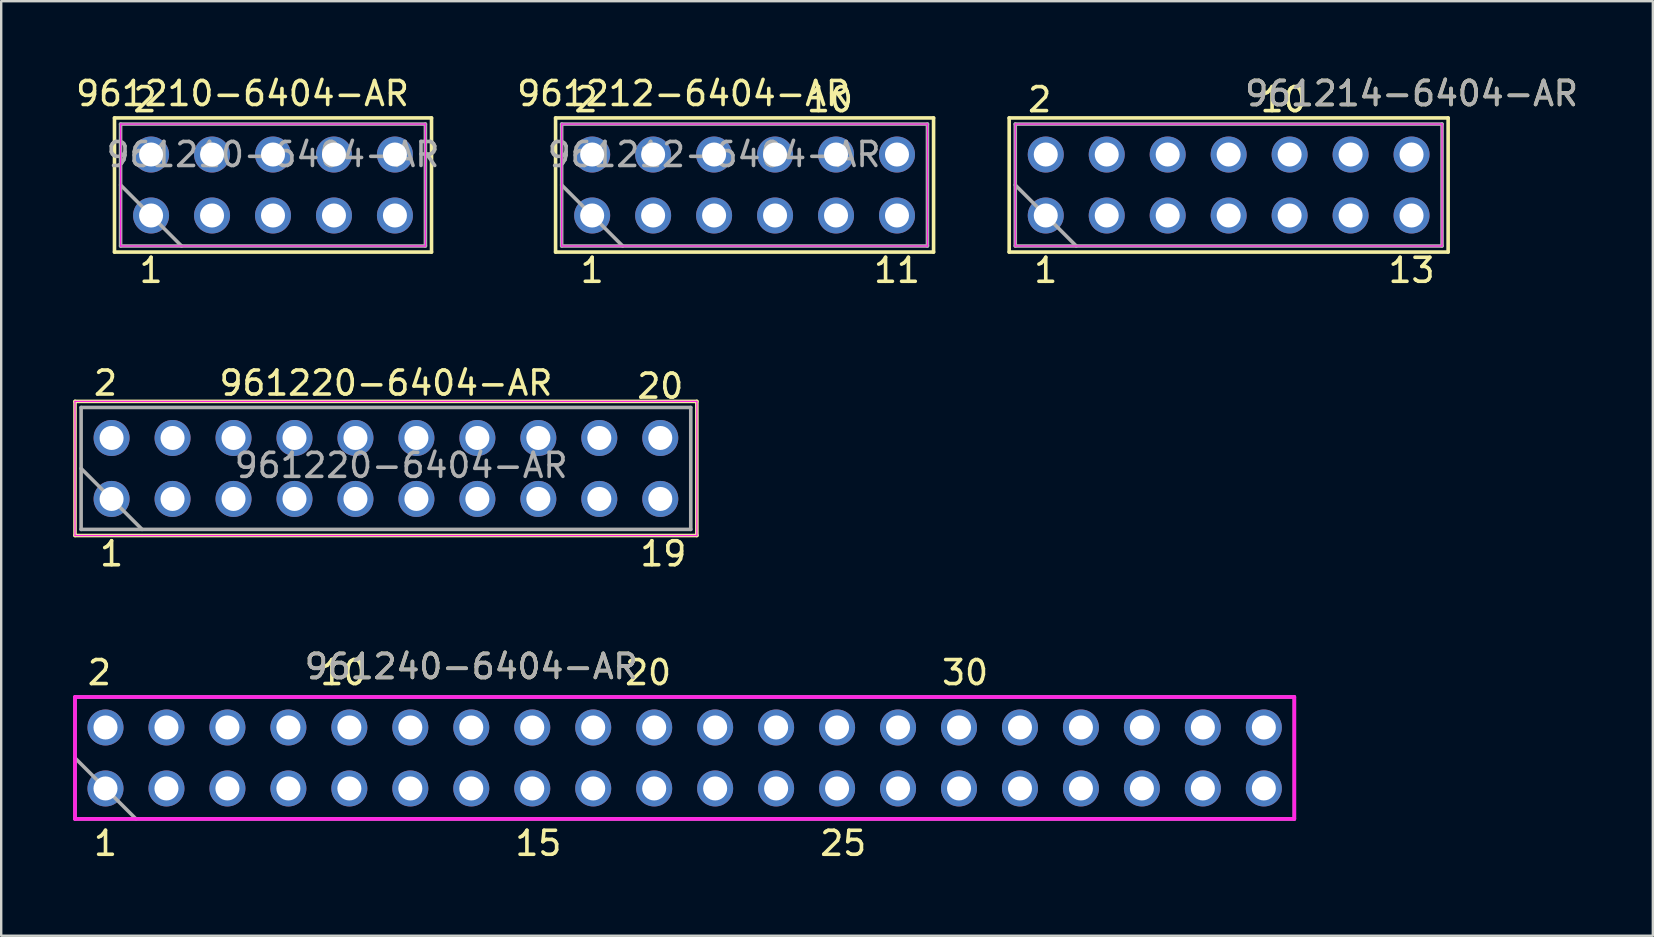
<source format=kicad_pcb>
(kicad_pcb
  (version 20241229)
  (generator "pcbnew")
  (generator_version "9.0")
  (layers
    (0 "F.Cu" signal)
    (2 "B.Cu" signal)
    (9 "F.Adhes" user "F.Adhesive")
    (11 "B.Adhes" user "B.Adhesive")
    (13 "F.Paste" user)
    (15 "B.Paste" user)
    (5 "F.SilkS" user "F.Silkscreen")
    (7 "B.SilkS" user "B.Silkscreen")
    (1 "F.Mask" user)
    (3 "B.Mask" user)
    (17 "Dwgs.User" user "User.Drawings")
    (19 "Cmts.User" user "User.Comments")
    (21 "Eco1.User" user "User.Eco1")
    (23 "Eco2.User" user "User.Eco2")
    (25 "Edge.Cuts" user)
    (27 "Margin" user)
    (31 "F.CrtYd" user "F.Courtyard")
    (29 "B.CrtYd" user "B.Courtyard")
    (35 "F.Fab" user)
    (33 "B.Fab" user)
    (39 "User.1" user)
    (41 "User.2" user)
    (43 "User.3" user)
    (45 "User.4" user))
  (footprint "961240-6404-AR"
    (layer "F.Cu")
    (at 25.475 28.529)
    (property "Reference" "961240-6404-AR" (at -8.89 -3.81 0) (layer "F.SilkS") (effects (font (size 1 1) (thickness 0.15))))
    (attr smd)
    (fp_line (start -25.4 -2.54) (end 25.4 -2.54) (stroke (width 0.15) (type solid)) (layer "F.CrtYd"))
    (fp_line (start -25.4 2.54) (end -25.4 -2.54) (stroke (width 0.15) (type solid)) (layer "F.CrtYd"))
    (fp_line (start 25.4 -2.54) (end 25.4 2.54) (stroke (width 0.15) (type solid)) (layer "F.CrtYd"))
    (fp_line (start 25.4 2.54) (end -25.4 2.54) (stroke (width 0.15) (type solid)) (layer "F.CrtYd"))
    (fp_line (start -25.4 -2.54) (end 25.4 -2.54) (stroke (width 0.15) (type solid)) (layer "F.Fab"))
    (fp_line (start -25.4 0) (end -22.86 2.54) (stroke (width 0.15) (type solid)) (layer "F.Fab"))
    (fp_line (start -25.4 2.54) (end -25.4 -2.54) (stroke (width 0.15) (type solid)) (layer "F.Fab"))
    (fp_line (start 25.4 -2.54) (end 25.4 2.54) (stroke (width 0.15) (type solid)) (layer "F.Fab"))
    (fp_line (start 25.4 2.54) (end -25.4 2.54) (stroke (width 0.15) (type solid)) (layer "F.Fab"))
    (fp_text user "15" (at -6.096 3.556 0) (layer "F.SilkS") (effects (font (size 1 1) (thickness 0.15))))
    (fp_text user "25" (at 6.604 3.556 0) (layer "F.SilkS") (effects (font (size 1 1) (thickness 0.15))))
    (fp_text user "1" (at -24.13 3.556 0) (layer "F.SilkS") (effects (font (size 1 1) (thickness 0.15))))
    (fp_text user "30" (at 11.684 -3.556 0) (layer "F.SilkS") (effects (font (size 1 1) (thickness 0.15))))
    (fp_text user "20" (at -1.524 -3.556 0) (layer "F.SilkS") (effects (font (size 1 1) (thickness 0.15))))
    (fp_text user "2" (at -24.384 -3.556 0) (layer "F.SilkS") (effects (font (size 1 1) (thickness 0.15))))
    (fp_text user "10" (at -14.224 -3.556 0) (layer "F.SilkS") (effects (font (size 1 1) (thickness 0.15))))
    (fp_text user "${REFERENCE}" (at -8.89 -3.81 0) (layer "F.Fab") (effects (font (size 1 1) (thickness 0.15))))
    (pad "1" thru_hole circle (at -24.13 1.27) (size 1.5 1.5) (drill 1) (layers "*.Cu" "*.Mask"))
    (pad "2" thru_hole circle (at -24.13 -1.27) (size 1.5 1.5) (drill 1) (layers "*.Cu" "*.Mask"))
    (pad "3" thru_hole circle (at -21.59 1.27) (size 1.5 1.5) (drill 1) (layers "*.Cu" "*.Mask"))
    (pad "4" thru_hole circle (at -21.59 -1.27) (size 1.5 1.5) (drill 1) (layers "*.Cu" "*.Mask"))
    (pad "5" thru_hole circle (at -19.05 1.27) (size 1.5 1.5) (drill 1) (layers "*.Cu" "*.Mask"))
    (pad "6" thru_hole circle (at -19.05 -1.27) (size 1.5 1.5) (drill 1) (layers "*.Cu" "*.Mask"))
    (pad "7" thru_hole circle (at -16.51 1.27) (size 1.5 1.5) (drill 1) (layers "*.Cu" "*.Mask"))
    (pad "8" thru_hole circle (at -16.51 -1.27) (size 1.5 1.5) (drill 1) (layers "*.Cu" "*.Mask"))
    (pad "9" thru_hole circle (at -13.97 1.27) (size 1.5 1.5) (drill 1) (layers "*.Cu" "*.Mask"))
    (pad "10" thru_hole circle (at -13.97 -1.27) (size 1.5 1.5) (drill 1) (layers "*.Cu" "*.Mask"))
    (pad "11" thru_hole circle (at -11.43 1.27) (size 1.5 1.5) (drill 1) (layers "*.Cu" "*.Mask"))
    (pad "12" thru_hole circle (at -11.43 -1.27) (size 1.5 1.5) (drill 1) (layers "*.Cu" "*.Mask"))
    (pad "13" thru_hole circle (at -8.89 1.27) (size 1.5 1.5) (drill 1) (layers "*.Cu" "*.Mask"))
    (pad "14" thru_hole circle (at -8.89 -1.27) (size 1.5 1.5) (drill 1) (layers "*.Cu" "*.Mask"))
    (pad "15" thru_hole circle (at -6.35 1.27) (size 1.5 1.5) (drill 1) (layers "*.Cu" "*.Mask"))
    (pad "16" thru_hole circle (at -6.35 -1.27) (size 1.5 1.5) (drill 1) (layers "*.Cu" "*.Mask"))
    (pad "17" thru_hole circle (at -3.81 1.27) (size 1.5 1.5) (drill 1) (layers "*.Cu" "*.Mask"))
    (pad "18" thru_hole circle (at -3.81 -1.27) (size 1.5 1.5) (drill 1) (layers "*.Cu" "*.Mask"))
    (pad "19" thru_hole circle (at -1.27 1.27) (size 1.5 1.5) (drill 1) (layers "*.Cu" "*.Mask"))
    (pad "20" thru_hole circle (at -1.27 -1.27) (size 1.5 1.5) (drill 1) (layers "*.Cu" "*.Mask"))
    (pad "21" thru_hole circle (at 1.27 1.27) (size 1.5 1.5) (drill 1) (layers "*.Cu" "*.Mask"))
    (pad "22" thru_hole circle (at 1.27 -1.27) (size 1.5 1.5) (drill 1) (layers "*.Cu" "*.Mask"))
    (pad "23" thru_hole circle (at 3.81 1.27) (size 1.5 1.5) (drill 1) (layers "*.Cu" "*.Mask"))
    (pad "24" thru_hole circle (at 3.81 -1.27) (size 1.5 1.5) (drill 1) (layers "*.Cu" "*.Mask"))
    (pad "25" thru_hole circle (at 6.35 1.27) (size 1.5 1.5) (drill 1) (layers "*.Cu" "*.Mask"))
    (pad "26" thru_hole circle (at 6.35 -1.27) (size 1.5 1.5) (drill 1) (layers "*.Cu" "*.Mask"))
    (pad "27" thru_hole circle (at 8.89 1.27) (size 1.5 1.5) (drill 1) (layers "*.Cu" "*.Mask"))
    (pad "28" thru_hole circle (at 8.89 -1.27) (size 1.5 1.5) (drill 1) (layers "*.Cu" "*.Mask"))
    (pad "29" thru_hole circle (at 11.43 1.27) (size 1.5 1.5) (drill 1) (layers "*.Cu" "*.Mask"))
    (pad "30" thru_hole circle (at 11.43 -1.27) (size 1.5 1.5) (drill 1) (layers "*.Cu" "*.Mask"))
    (pad "31" thru_hole circle (at 13.97 1.27) (size 1.5 1.5) (drill 1) (layers "*.Cu" "*.Mask"))
    (pad "32" thru_hole circle (at 13.97 -1.27) (size 1.5 1.5) (drill 1) (layers "*.Cu" "*.Mask"))
    (pad "33" thru_hole circle (at 16.51 1.27) (size 1.5 1.5) (drill 1) (layers "*.Cu" "*.Mask"))
    (pad "34" thru_hole circle (at 16.51 -1.27) (size 1.5 1.5) (drill 1) (layers "*.Cu" "*.Mask"))
    (pad "35" thru_hole circle (at 19.05 1.27) (size 1.5 1.5) (drill 1) (layers "*.Cu" "*.Mask"))
    (pad "36" thru_hole circle (at 19.05 -1.27) (size 1.5 1.5) (drill 1) (layers "*.Cu" "*.Mask"))
    (pad "37" thru_hole circle (at 21.59 1.27) (size 1.5 1.5) (drill 1) (layers "*.Cu" "*.Mask"))
    (pad "38" thru_hole circle (at 21.59 -1.27) (size 1.5 1.5) (drill 1) (layers "*.Cu" "*.Mask"))
    (pad "39" thru_hole circle (at 24.13 1.27) (size 1.5 1.5) (drill 1) (layers "*.Cu" "*.Mask"))
    (pad "40" thru_hole circle (at 24.13 -1.27) (size 1.5 1.5) (drill 1) (layers "*.Cu" "*.Mask")))
  (footprint "961220-6404-AR"
    (layer "F.Cu")
    (at 13.029 16.467)
    (property "Reference" "961220-6404-AR" (at 0 -3.556 0) (layer "F.SilkS") (effects (font (size 1 1) (thickness 0.15))))
    (attr through_hole)
    (fp_line (start -12.954 -2.794) (end -12.954 2.794) (stroke (width 0.15) (type solid)) (layer "F.SilkS"))
    (fp_line (start -12.954 2.794) (end 12.954 2.794) (stroke (width 0.15) (type solid)) (layer "F.SilkS"))
    (fp_line (start 12.954 -2.794) (end -12.954 -2.794) (stroke (width 0.15) (type solid)) (layer "F.SilkS"))
    (fp_line (start 12.954 2.794) (end 12.954 -2.794) (stroke (width 0.15) (type solid)) (layer "F.SilkS"))
    (fp_line (start -12.954 -2.794) (end 12.954 -2.794) (stroke (width 0.05) (type solid)) (layer "F.CrtYd"))
    (fp_line (start -12.954 2.794) (end -12.954 -2.794) (stroke (width 0.05) (type solid)) (layer "F.CrtYd"))
    (fp_line (start 12.954 -2.794) (end 12.954 2.794) (stroke (width 0.05) (type solid)) (layer "F.CrtYd"))
    (fp_line (start 12.954 2.794) (end -12.954 2.794) (stroke (width 0.05) (type solid)) (layer "F.CrtYd"))
    (fp_line (start -12.7 -2.54) (end 12.7 -2.54) (stroke (width 0.15) (type solid)) (layer "F.Fab"))
    (fp_line (start -12.7 0) (end -10.16 2.54) (stroke (width 0.15) (type solid)) (layer "F.Fab"))
    (fp_line (start -12.7 2.54) (end -12.7 -2.54) (stroke (width 0.15) (type solid)) (layer "F.Fab"))
    (fp_line (start 12.7 -2.54) (end 12.7 2.54) (stroke (width 0.15) (type solid)) (layer "F.Fab"))
    (fp_line (start 12.7 2.54) (end -12.7 2.54) (stroke (width 0.15) (type solid)) (layer "F.Fab"))
    (fp_text user "19" (at 11.557 3.556 0) (layer "F.SilkS") (effects (font (size 1 1) (thickness 0.15))))
    (fp_text user "20" (at 11.43 -3.429 0) (layer "F.SilkS") (effects (font (size 1 1) (thickness 0.15))))
    (fp_text user "1" (at -11.43 3.556 0) (layer "F.SilkS") (effects (font (size 1 1) (thickness 0.15))))
    (fp_text user "2" (at -11.684 -3.556 0) (layer "F.SilkS") (effects (font (size 1 1) (thickness 0.15))))
    (fp_text user "${REFERENCE}" (at 0.635 -0.127 0) (layer "F.Fab") (effects (font (size 1 1) (thickness 0.15))))
    (pad "1" thru_hole circle (at -11.43 1.27) (size 1.5 1.5) (drill 1) (layers "*.Cu" "*.Mask"))
    (pad "2" thru_hole circle (at -11.43 -1.27) (size 1.5 1.5) (drill 1) (layers "*.Cu" "*.Mask"))
    (pad "3" thru_hole circle (at -8.89 1.27) (size 1.5 1.5) (drill 1) (layers "*.Cu" "*.Mask"))
    (pad "4" thru_hole circle (at -8.89 -1.27) (size 1.5 1.5) (drill 1) (layers "*.Cu" "*.Mask"))
    (pad "5" thru_hole circle (at -6.35 1.27) (size 1.5 1.5) (drill 1) (layers "*.Cu" "*.Mask"))
    (pad "6" thru_hole circle (at -6.35 -1.27) (size 1.5 1.5) (drill 1) (layers "*.Cu" "*.Mask"))
    (pad "7" thru_hole circle (at -3.81 1.27) (size 1.5 1.5) (drill 1) (layers "*.Cu" "*.Mask"))
    (pad "8" thru_hole circle (at -3.81 -1.27) (size 1.5 1.5) (drill 1) (layers "*.Cu" "*.Mask"))
    (pad "9" thru_hole circle (at -1.27 1.27) (size 1.5 1.5) (drill 1) (layers "*.Cu" "*.Mask"))
    (pad "10" thru_hole circle (at -1.27 -1.27) (size 1.5 1.5) (drill 1) (layers "*.Cu" "*.Mask"))
    (pad "11" thru_hole circle (at 1.27 1.27) (size 1.5 1.5) (drill 1) (layers "*.Cu" "*.Mask"))
    (pad "12" thru_hole circle (at 1.27 -1.27) (size 1.5 1.5) (drill 1) (layers "*.Cu" "*.Mask"))
    (pad "13" thru_hole circle (at 3.81 1.27) (size 1.5 1.5) (drill 1) (layers "*.Cu" "*.Mask"))
    (pad "14" thru_hole circle (at 3.81 -1.27) (size 1.5 1.5) (drill 1) (layers "*.Cu" "*.Mask"))
    (pad "15" thru_hole circle (at 6.35 1.27) (size 1.5 1.5) (drill 1) (layers "*.Cu" "*.Mask"))
    (pad "16" thru_hole circle (at 6.35 -1.27) (size 1.5 1.5) (drill 1) (layers "*.Cu" "*.Mask"))
    (pad "17" thru_hole circle (at 8.89 1.27) (size 1.5 1.5) (drill 1) (layers "*.Cu" "*.Mask"))
    (pad "18" thru_hole circle (at 8.89 -1.27) (size 1.5 1.5) (drill 1) (layers "*.Cu" "*.Mask"))
    (pad "19" thru_hole circle (at 11.43 1.27) (size 1.5 1.5) (drill 1) (layers "*.Cu" "*.Mask"))
    (pad "20" thru_hole circle (at 11.43 -1.27) (size 1.5 1.5) (drill 1) (layers "*.Cu" "*.Mask")))
  (footprint "961210-6404-AR"
    (layer "F.Cu")
    (at 8.324 4.658)
    (property "Reference" "961210-6404-AR" (at -1.27 -3.81 0) (layer "F.SilkS") (effects (font (size 1 1) (thickness 0.15))))
    (attr through_hole)
    (fp_line (start -6.604 -2.794) (end -6.604 2.794) (stroke (width 0.15) (type solid)) (layer "F.SilkS"))
    (fp_line (start -6.604 2.794) (end 6.604 2.794) (stroke (width 0.15) (type solid)) (layer "F.SilkS"))
    (fp_line (start 6.604 -2.794) (end -6.604 -2.794) (stroke (width 0.15) (type solid)) (layer "F.SilkS"))
    (fp_line (start 6.604 2.794) (end 6.604 -2.794) (stroke (width 0.15) (type solid)) (layer "F.SilkS"))
    (fp_line (start -6.35 -2.54) (end 6.35 -2.54) (stroke (width 0.05) (type solid)) (layer "F.CrtYd"))
    (fp_line (start -6.35 2.54) (end -6.35 -2.54) (stroke (width 0.05) (type solid)) (layer "F.CrtYd"))
    (fp_line (start 6.35 -2.54) (end 6.35 2.54) (stroke (width 0.05) (type solid)) (layer "F.CrtYd"))
    (fp_line (start 6.35 2.54) (end -6.35 2.54) (stroke (width 0.05) (type solid)) (layer "F.CrtYd"))
    (fp_line (start -6.35 -2.54) (end 6.35 -2.54) (stroke (width 0.15) (type solid)) (layer "F.Fab"))
    (fp_line (start -6.35 0) (end -3.81 2.54) (stroke (width 0.15) (type solid)) (layer "F.Fab"))
    (fp_line (start -6.35 2.54) (end -6.35 -2.54) (stroke (width 0.15) (type solid)) (layer "F.Fab"))
    (fp_line (start 6.35 -2.54) (end 6.35 2.54) (stroke (width 0.15) (type solid)) (layer "F.Fab"))
    (fp_line (start 6.35 2.54) (end -6.35 2.54) (stroke (width 0.15) (type solid)) (layer "F.Fab"))
    (fp_text user "1" (at -5.08 3.556 0) (layer "F.SilkS") (effects (font (size 1 1) (thickness 0.15))))
    (fp_text user "2" (at -5.334 -3.556 0) (layer "F.SilkS") (effects (font (size 1 1) (thickness 0.15))))
    (fp_text user "${REFERENCE}" (at 0 -1.27 0) (layer "F.Fab") (effects (font (size 1 1) (thickness 0.15))))
    (pad "1" thru_hole circle (at -5.08 1.27) (size 1.5 1.5) (drill 1) (layers "*.Cu" "*.Mask"))
    (pad "2" thru_hole circle (at -5.08 -1.27) (size 1.5 1.5) (drill 1) (layers "*.Cu" "*.Mask"))
    (pad "3" thru_hole circle (at -2.54 1.27) (size 1.5 1.5) (drill 1) (layers "*.Cu" "*.Mask"))
    (pad "4" thru_hole circle (at -2.54 -1.27) (size 1.5 1.5) (drill 1) (layers "*.Cu" "*.Mask"))
    (pad "5" thru_hole circle (at 0 1.27) (size 1.5 1.5) (drill 1) (layers "*.Cu" "*.Mask"))
    (pad "6" thru_hole circle (at 0 -1.27) (size 1.5 1.5) (drill 1) (layers "*.Cu" "*.Mask"))
    (pad "7" thru_hole circle (at 2.54 1.27) (size 1.5 1.5) (drill 1) (layers "*.Cu" "*.Mask"))
    (pad "8" thru_hole circle (at 2.54 -1.27) (size 1.5 1.5) (drill 1) (layers "*.Cu" "*.Mask"))
    (pad "9" thru_hole circle (at 5.08 1.27) (size 1.5 1.5) (drill 1) (layers "*.Cu" "*.Mask"))
    (pad "10" thru_hole circle (at 5.08 -1.27) (size 1.5 1.5) (drill 1) (layers "*.Cu" "*.Mask")))
  (footprint "961212-6404-AR"
    (layer "F.Cu")
    (at 27.971 4.658)
    (property "Reference" "961212-6404-AR" (at -2.54 -3.81 0) (layer "F.SilkS") (effects (font (size 1 1) (thickness 0.15))))
    (attr smd)
    (fp_line (start -7.874 -2.794) (end -7.874 2.794) (stroke (width 0.15) (type solid)) (layer "F.SilkS"))
    (fp_line (start -7.874 2.794) (end 7.874 2.794) (stroke (width 0.15) (type solid)) (layer "F.SilkS"))
    (fp_line (start 7.874 -2.794) (end -7.874 -2.794) (stroke (width 0.15) (type solid)) (layer "F.SilkS"))
    (fp_line (start 7.874 2.794) (end 7.874 -2.794) (stroke (width 0.15) (type solid)) (layer "F.SilkS"))
    (fp_line (start -7.62 -2.54) (end 7.62 -2.54) (stroke (width 0.05) (type solid)) (layer "F.CrtYd"))
    (fp_line (start -7.62 2.54) (end -7.62 -2.54) (stroke (width 0.05) (type solid)) (layer "F.CrtYd"))
    (fp_line (start 7.62 -2.54) (end 7.62 2.54) (stroke (width 0.05) (type solid)) (layer "F.CrtYd"))
    (fp_line (start 7.62 2.54) (end -7.62 2.54) (stroke (width 0.05) (type solid)) (layer "F.CrtYd"))
    (fp_line (start -7.62 -2.54) (end 7.62 -2.54) (stroke (width 0.15) (type solid)) (layer "F.Fab"))
    (fp_line (start -7.62 0) (end -5.08 2.54) (stroke (width 0.15) (type solid)) (layer "F.Fab"))
    (fp_line (start -7.62 2.54) (end -7.62 -2.54) (stroke (width 0.15) (type solid)) (layer "F.Fab"))
    (fp_line (start 7.62 -2.54) (end 7.62 2.54) (stroke (width 0.15) (type solid)) (layer "F.Fab"))
    (fp_line (start 7.62 2.54) (end -7.62 2.54) (stroke (width 0.15) (type solid)) (layer "F.Fab"))
    (fp_text user "2" (at -6.604 -3.556 0) (layer "F.SilkS") (effects (font (size 1 1) (thickness 0.15))))
    (fp_text user "11" (at 6.35 3.556 0) (layer "F.SilkS") (effects (font (size 1 1) (thickness 0.15))))
    (fp_text user "10" (at 3.556 -3.556 0) (layer "F.SilkS") (effects (font (size 1 1) (thickness 0.15))))
    (fp_text user "1" (at -6.35 3.556 0) (layer "F.SilkS") (effects (font (size 1 1) (thickness 0.15))))
    (fp_text user "${REFERENCE}" (at -1.27 -1.27 0) (layer "F.Fab") (effects (font (size 1 1) (thickness 0.15))))
    (pad "1" thru_hole circle (at -6.35 1.27) (size 1.5 1.5) (drill 1) (layers "*.Cu" "*.Mask"))
    (pad "2" thru_hole circle (at -6.35 -1.27) (size 1.5 1.5) (drill 1) (layers "*.Cu" "*.Mask"))
    (pad "3" thru_hole circle (at -3.81 1.27) (size 1.5 1.5) (drill 1) (layers "*.Cu" "*.Mask"))
    (pad "4" thru_hole circle (at -3.81 -1.27) (size 1.5 1.5) (drill 1) (layers "*.Cu" "*.Mask"))
    (pad "5" thru_hole circle (at -1.27 1.27) (size 1.5 1.5) (drill 1) (layers "*.Cu" "*.Mask"))
    (pad "6" thru_hole circle (at -1.27 -1.27) (size 1.5 1.5) (drill 1) (layers "*.Cu" "*.Mask"))
    (pad "7" thru_hole circle (at 1.27 1.27) (size 1.5 1.5) (drill 1) (layers "*.Cu" "*.Mask"))
    (pad "8" thru_hole circle (at 1.27 -1.27) (size 1.5 1.5) (drill 1) (layers "*.Cu" "*.Mask"))
    (pad "9" thru_hole circle (at 3.81 1.27) (size 1.5 1.5) (drill 1) (layers "*.Cu" "*.Mask"))
    (pad "10" thru_hole circle (at 3.81 -1.27) (size 1.5 1.5) (drill 1) (layers "*.Cu" "*.Mask"))
    (pad "11" thru_hole circle (at 6.35 1.27) (size 1.5 1.5) (drill 1) (layers "*.Cu" "*.Mask"))
    (pad "12" thru_hole circle (at 6.35 -1.27) (size 1.5 1.5) (drill 1) (layers "*.Cu" "*.Mask")))
  (footprint "961214-6404-AR"
    (layer "F.Cu")
    (at 48.139 4.658)
    (property "Reference" "961214-6404-AR" (at 7.62 -3.81 0) (layer "F.SilkS") (effects (font (size 1 1) (thickness 0.15))))
    (attr smd)
    (fp_line (start -9.144 -2.794) (end -9.144 2.794) (stroke (width 0.15) (type solid)) (layer "F.SilkS"))
    (fp_line (start -9.144 2.794) (end 9.144 2.794) (stroke (width 0.15) (type solid)) (layer "F.SilkS"))
    (fp_line (start 9.144 -2.794) (end -9.144 -2.794) (stroke (width 0.15) (type solid)) (layer "F.SilkS"))
    (fp_line (start 9.144 2.794) (end 9.144 -2.794) (stroke (width 0.15) (type solid)) (layer "F.SilkS"))
    (fp_line (start -8.89 -2.54) (end 8.89 -2.54) (stroke (width 0.05) (type solid)) (layer "F.CrtYd"))
    (fp_line (start -8.89 2.54) (end -8.89 -2.54) (stroke (width 0.05) (type solid)) (layer "F.CrtYd"))
    (fp_line (start 8.89 -2.54) (end 8.89 2.54) (stroke (width 0.05) (type solid)) (layer "F.CrtYd"))
    (fp_line (start 8.89 2.54) (end -8.89 2.54) (stroke (width 0.05) (type solid)) (layer "F.CrtYd"))
    (fp_line (start -8.89 -2.54) (end 8.89 -2.54) (stroke (width 0.15) (type solid)) (layer "F.Fab"))
    (fp_line (start -8.89 0) (end -6.35 2.54) (stroke (width 0.15) (type solid)) (layer "F.Fab"))
    (fp_line (start -8.89 2.54) (end -8.89 -2.54) (stroke (width 0.15) (type solid)) (layer "F.Fab"))
    (fp_line (start 8.89 -2.54) (end 8.89 2.54) (stroke (width 0.15) (type solid)) (layer "F.Fab"))
    (fp_line (start 8.89 2.54) (end -8.89 2.54) (stroke (width 0.15) (type solid)) (layer "F.Fab"))
    (fp_text user "10" (at 2.286 -3.556 0) (layer "F.SilkS") (effects (font (size 1 1) (thickness 0.15))))
    (fp_text user "1" (at -7.62 3.556 0) (layer "F.SilkS") (effects (font (size 1 1) (thickness 0.15))))
    (fp_text user "2" (at -7.874 -3.556 0) (layer "F.SilkS") (effects (font (size 1 1) (thickness 0.15))))
    (fp_text user "13" (at 7.62 3.556 0) (layer "F.SilkS") (effects (font (size 1 1) (thickness 0.15))))
    (fp_text user "${REFERENCE}" (at 7.62 -3.81 0) (layer "F.Fab") (effects (font (size 1 1) (thickness 0.15))))
    (pad "1" thru_hole circle (at -7.62 1.27) (size 1.5 1.5) (drill 1) (layers "*.Cu" "*.Mask"))
    (pad "2" thru_hole circle (at -7.62 -1.27) (size 1.5 1.5) (drill 1) (layers "*.Cu" "*.Mask"))
    (pad "3" thru_hole circle (at -5.08 1.27) (size 1.5 1.5) (drill 1) (layers "*.Cu" "*.Mask"))
    (pad "4" thru_hole circle (at -5.08 -1.27) (size 1.5 1.5) (drill 1) (layers "*.Cu" "*.Mask"))
    (pad "5" thru_hole circle (at -2.54 1.27) (size 1.5 1.5) (drill 1) (layers "*.Cu" "*.Mask"))
    (pad "6" thru_hole circle (at -2.54 -1.27) (size 1.5 1.5) (drill 1) (layers "*.Cu" "*.Mask"))
    (pad "7" thru_hole circle (at 0 1.27) (size 1.5 1.5) (drill 1) (layers "*.Cu" "*.Mask"))
    (pad "8" thru_hole circle (at 0 -1.27) (size 1.5 1.5) (drill 1) (layers "*.Cu" "*.Mask"))
    (pad "9" thru_hole circle (at 2.54 1.27) (size 1.5 1.5) (drill 1) (layers "*.Cu" "*.Mask"))
    (pad "10" thru_hole circle (at 2.54 -1.27) (size 1.5 1.5) (drill 1) (layers "*.Cu" "*.Mask"))
    (pad "11" thru_hole circle (at 5.08 1.27) (size 1.5 1.5) (drill 1) (layers "*.Cu" "*.Mask"))
    (pad "12" thru_hole circle (at 5.08 -1.27) (size 1.5 1.5) (drill 1) (layers "*.Cu" "*.Mask"))
    (pad "13" thru_hole circle (at 7.62 1.27) (size 1.5 1.5) (drill 1) (layers "*.Cu" "*.Mask"))
    (pad "14" thru_hole circle (at 7.62 -1.27) (size 1.5 1.5) (drill 1) (layers "*.Cu" "*.Mask")))
  (gr_rect
    (start -3 -3)
    (end 65.812 35.934)
    (stroke (width 0.1) (type default))
    (fill no)
    (layer "Edge.Cuts")))
</source>
